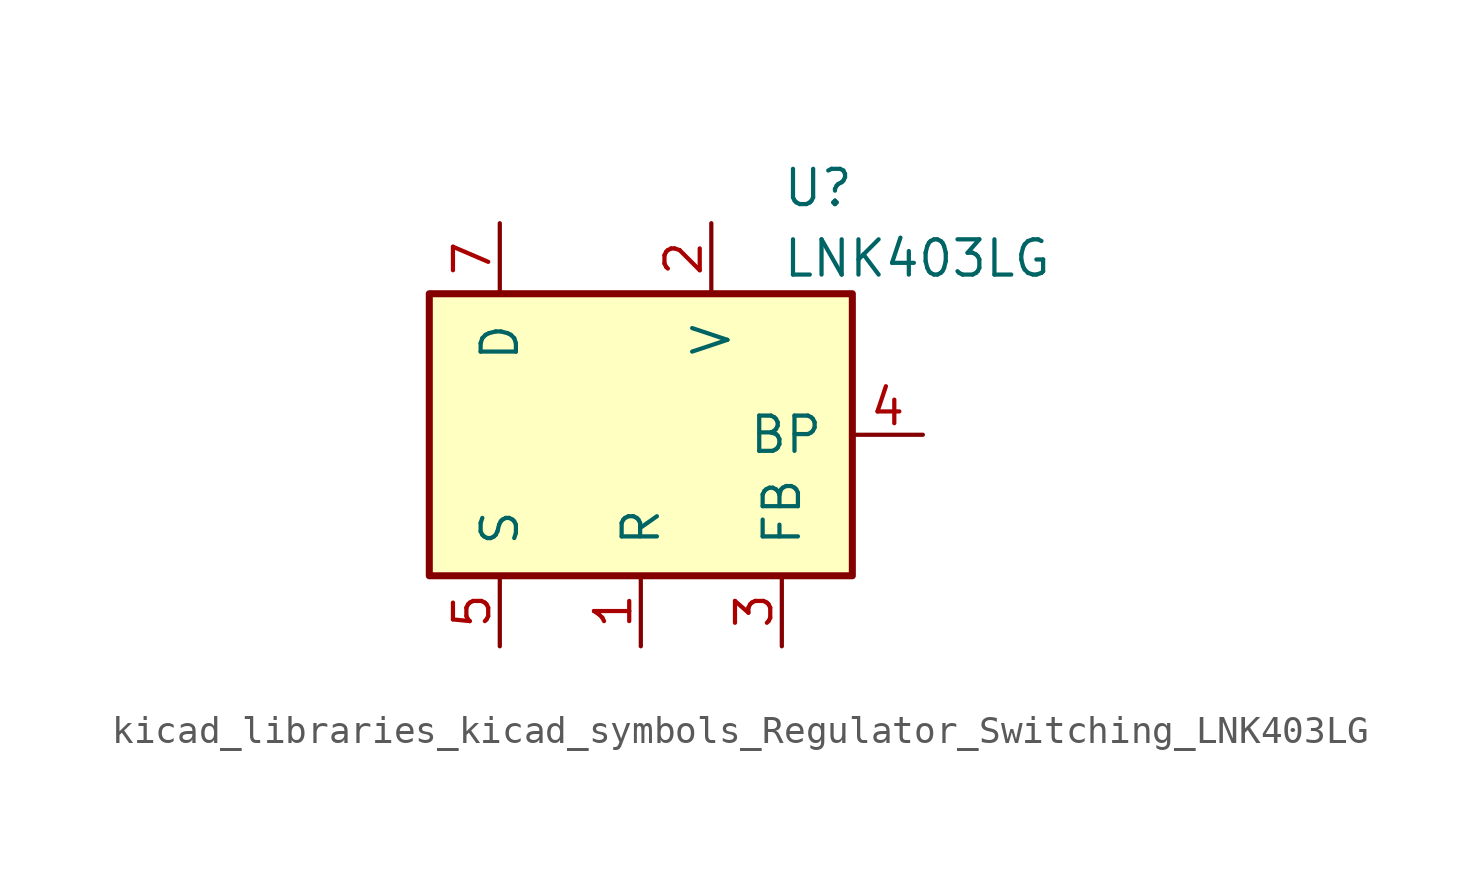
<source format=kicad_sym>
(kicad_symbol_lib
  (version 20220914)
  (generator kicad_symbol_editor)
  (symbol "kicad_libraries_kicad_symbols_Regulator_Switching_LNK403LG"
    (pin_names
      (offset 1.016))
    (property "Reference" "U"
      (at 5.08 8.89 0)
      (effects (font (size 1.27 1.27)) (justify left)))
    (property "Value" "LNK403LG"
      (at 5.08 6.35 0)
      (effects (font (size 1.27 1.27)) (justify left)))
    (symbol "kicad_libraries_kicad_symbols_Regulator_Switching_LNK403LG_0_1"
      (rectangle (start -7.62 5.08) (end 7.62 -5.08) (stroke (width 0.254) (type default)) (fill (type background))))
    (symbol "kicad_libraries_kicad_symbols_Regulator_Switching_LNK403LG_1_1"
      (pin input line (at 0 -7.62 90) (length 2.54) (name "R" (effects (font (size 1.27 1.27)))) (number "1" (effects (font (size 1.27 1.27)))))
      (pin input line (at 2.54 7.62 270) (length 2.54) (name "V" (effects (font (size 1.27 1.27)))) (number "2" (effects (font (size 1.27 1.27)))))
      (pin input line (at 5.08 -7.62 90) (length 2.54) (name "FB" (effects (font (size 1.27 1.27)))) (number "3" (effects (font (size 1.27 1.27)))))
      (pin input line (at 10.16 0 180) (length 2.54) (name "BP" (effects (font (size 1.27 1.27)))) (number "4" (effects (font (size 1.27 1.27)))))
      (pin power_in line (at -5.08 -7.62 90) (length 2.54) (name "S" (effects (font (size 1.27 1.27)))) (number "5" (effects (font (size 1.27 1.27)))))
      (pin open_collector line (at -5.08 7.62 270) (length 2.54) (name "D" (effects (font (size 1.27 1.27)))) (number "7" (effects (font (size 1.27 1.27))))))))
</source>
